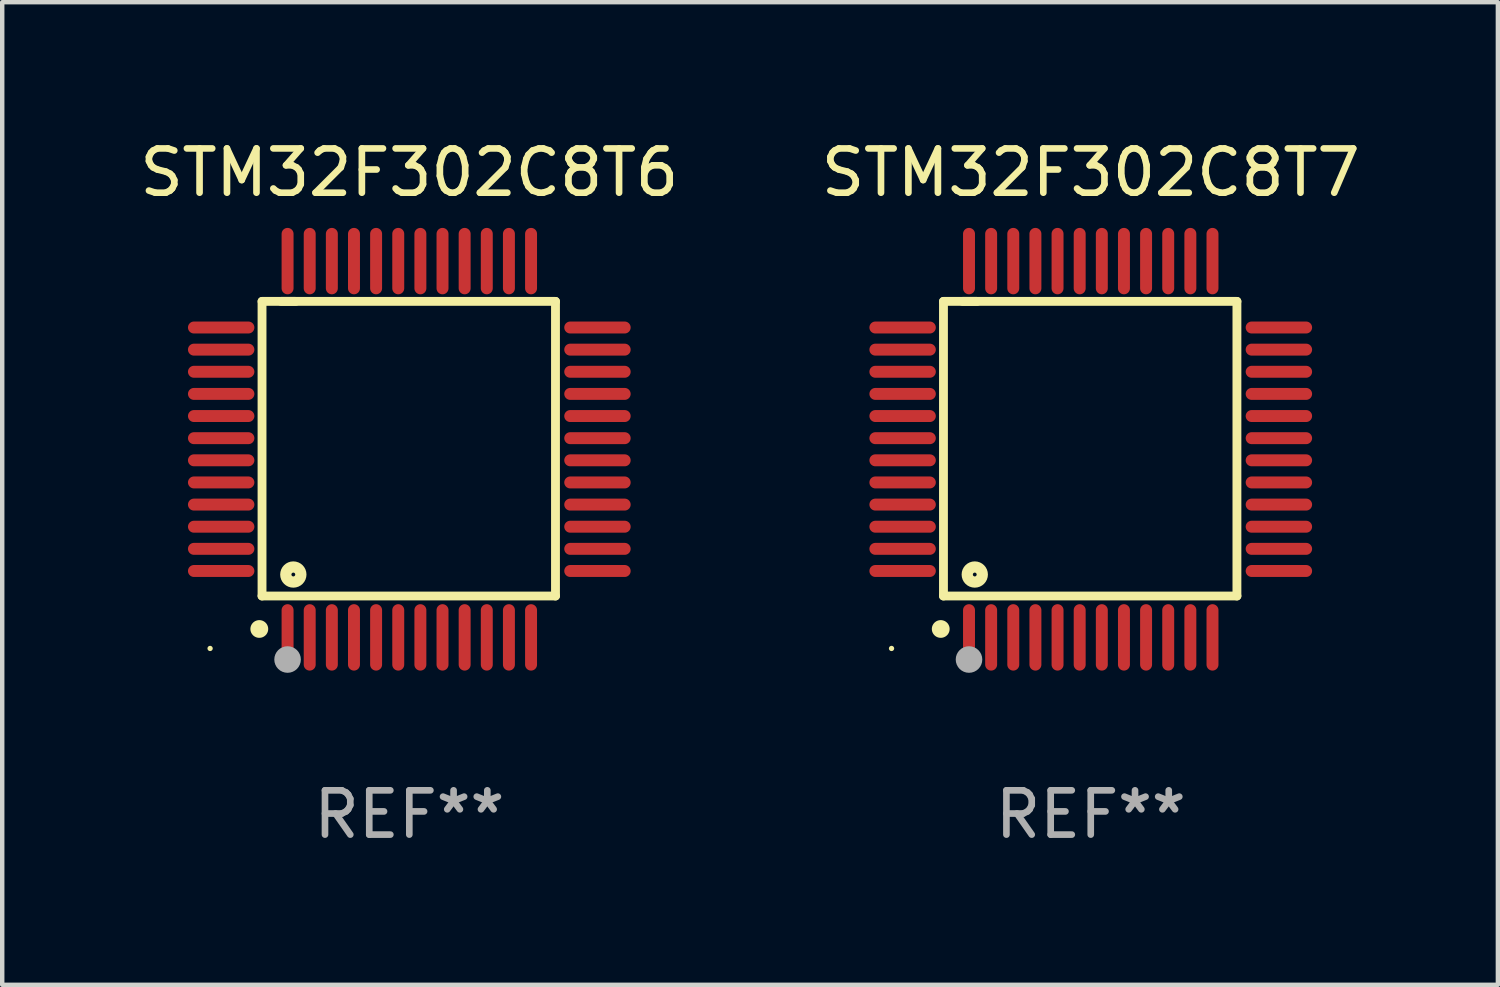
<source format=kicad_pcb>
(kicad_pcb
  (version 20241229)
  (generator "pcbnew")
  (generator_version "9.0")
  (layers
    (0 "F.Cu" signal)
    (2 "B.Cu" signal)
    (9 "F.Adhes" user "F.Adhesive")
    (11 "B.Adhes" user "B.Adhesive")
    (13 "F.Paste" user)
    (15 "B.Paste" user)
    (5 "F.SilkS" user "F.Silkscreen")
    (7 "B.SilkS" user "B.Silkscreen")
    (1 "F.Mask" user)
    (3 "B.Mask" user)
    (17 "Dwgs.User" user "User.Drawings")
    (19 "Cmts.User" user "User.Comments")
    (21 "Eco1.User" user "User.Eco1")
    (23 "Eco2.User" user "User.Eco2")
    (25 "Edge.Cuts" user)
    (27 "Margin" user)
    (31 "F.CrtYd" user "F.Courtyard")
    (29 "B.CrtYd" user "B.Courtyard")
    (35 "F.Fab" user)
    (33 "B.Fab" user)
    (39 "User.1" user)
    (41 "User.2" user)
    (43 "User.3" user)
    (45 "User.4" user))
  (footprint "STM32F302C8T6"
    (layer "F.Cu")
    (at 6.196 7.098)
    (property "Reference" "STM32F302C8T6" (at 0 -6.25 0) (layer "F.SilkS") (effects (font (size 1 1) (thickness 0.15))))
    (attr through_hole)
    (fp_line (start -3.327 -3.34) (end -2.565 -3.34) (stroke (width 0.2) (type solid)) (layer "F.SilkS"))
    (fp_line (start -3.327 3.315) (end -3.327 -3.34) (stroke (width 0.2) (type solid)) (layer "F.SilkS"))
    (fp_line (start -2.896 -3.34) (end 3.302 -3.34) (stroke (width 0.2) (type solid)) (layer "F.SilkS"))
    (fp_line (start 3.302 -3.34) (end 3.302 3.315) (stroke (width 0.2) (type solid)) (layer "F.SilkS"))
    (fp_line (start 3.302 3.315) (end -3.327 3.315) (stroke (width 0.2) (type solid)) (layer "F.SilkS"))
    (fp_arc (start -3.389992 4.059995) (mid -3.388722 4.059991) (end -3.387452 4.059995) (stroke (width 0.4) (type solid)) (layer "F.SilkS"))
    (fp_circle (center -4.5 4.5) (end -4.47 4.5) (stroke (width 0.06) (type solid)) (fill no) (layer "F.SilkS"))
    (fp_circle (center -2.62 2.83) (end -2.45 2.83) (stroke (width 0.254) (type solid)) (fill no) (layer "F.SilkS"))
    (fp_circle (center -2.75 4.75) (end -2.6 4.75) (stroke (width 0.3) (type solid)) (fill no) (layer "F.Fab"))
    (fp_text user "REF**" (at 0 8.25 0) (layer "F.Fab") (effects (font (size 1 1) (thickness 0.15))))
    (pad "1" smd oval (at -2.75 4.25) (size 0.27 1.5) (layers "F.Cu" "F.Mask" "F.Paste"))
    (pad "2" smd oval (at -2.25 4.25) (size 0.27 1.5) (layers "F.Cu" "F.Mask" "F.Paste"))
    (pad "3" smd oval (at -1.75 4.25) (size 0.27 1.5) (layers "F.Cu" "F.Mask" "F.Paste"))
    (pad "4" smd oval (at -1.25 4.25) (size 0.27 1.5) (layers "F.Cu" "F.Mask" "F.Paste"))
    (pad "5" smd oval (at -0.75 4.25) (size 0.27 1.5) (layers "F.Cu" "F.Mask" "F.Paste"))
    (pad "6" smd oval (at -0.25 4.25) (size 0.27 1.5) (layers "F.Cu" "F.Mask" "F.Paste"))
    (pad "7" smd oval (at 0.25 4.25) (size 0.27 1.5) (layers "F.Cu" "F.Mask" "F.Paste"))
    (pad "8" smd oval (at 0.75 4.25) (size 0.27 1.5) (layers "F.Cu" "F.Mask" "F.Paste"))
    (pad "9" smd oval (at 1.25 4.25) (size 0.27 1.5) (layers "F.Cu" "F.Mask" "F.Paste"))
    (pad "10" smd oval (at 1.75 4.25) (size 0.27 1.5) (layers "F.Cu" "F.Mask" "F.Paste"))
    (pad "11" smd oval (at 2.25 4.25) (size 0.27 1.5) (layers "F.Cu" "F.Mask" "F.Paste"))
    (pad "12" smd oval (at 2.75 4.25) (size 0.27 1.5) (layers "F.Cu" "F.Mask" "F.Paste"))
    (pad "13" smd oval (at 4.25 2.75) (size 1.5 0.27) (layers "F.Cu" "F.Mask" "F.Paste"))
    (pad "14" smd oval (at 4.25 2.25) (size 1.5 0.27) (layers "F.Cu" "F.Mask" "F.Paste"))
    (pad "15" smd oval (at 4.25 1.75) (size 1.5 0.27) (layers "F.Cu" "F.Mask" "F.Paste"))
    (pad "16" smd oval (at 4.25 1.25) (size 1.5 0.27) (layers "F.Cu" "F.Mask" "F.Paste"))
    (pad "17" smd oval (at 4.25 0.75) (size 1.5 0.27) (layers "F.Cu" "F.Mask" "F.Paste"))
    (pad "18" smd oval (at 4.25 0.25) (size 1.5 0.27) (layers "F.Cu" "F.Mask" "F.Paste"))
    (pad "19" smd oval (at 4.25 -0.25) (size 1.5 0.27) (layers "F.Cu" "F.Mask" "F.Paste"))
    (pad "20" smd oval (at 4.25 -0.75) (size 1.5 0.27) (layers "F.Cu" "F.Mask" "F.Paste"))
    (pad "21" smd oval (at 4.25 -1.25) (size 1.5 0.27) (layers "F.Cu" "F.Mask" "F.Paste"))
    (pad "22" smd oval (at 4.25 -1.75) (size 1.5 0.27) (layers "F.Cu" "F.Mask" "F.Paste"))
    (pad "23" smd oval (at 4.25 -2.25) (size 1.5 0.27) (layers "F.Cu" "F.Mask" "F.Paste"))
    (pad "24" smd oval (at 4.25 -2.75) (size 1.5 0.27) (layers "F.Cu" "F.Mask" "F.Paste"))
    (pad "25" smd oval (at 2.75 -4.25) (size 0.27 1.5) (layers "F.Cu" "F.Mask" "F.Paste"))
    (pad "26" smd oval (at 2.25 -4.25) (size 0.27 1.5) (layers "F.Cu" "F.Mask" "F.Paste"))
    (pad "27" smd oval (at 1.75 -4.25) (size 0.27 1.5) (layers "F.Cu" "F.Mask" "F.Paste"))
    (pad "28" smd oval (at 1.25 -4.25) (size 0.27 1.5) (layers "F.Cu" "F.Mask" "F.Paste"))
    (pad "29" smd oval (at 0.75 -4.25) (size 0.27 1.5) (layers "F.Cu" "F.Mask" "F.Paste"))
    (pad "30" smd oval (at 0.25 -4.25) (size 0.27 1.5) (layers "F.Cu" "F.Mask" "F.Paste"))
    (pad "31" smd oval (at -0.25 -4.25) (size 0.27 1.5) (layers "F.Cu" "F.Mask" "F.Paste"))
    (pad "32" smd oval (at -0.75 -4.25) (size 0.27 1.5) (layers "F.Cu" "F.Mask" "F.Paste"))
    (pad "33" smd oval (at -1.25 -4.25) (size 0.27 1.5) (layers "F.Cu" "F.Mask" "F.Paste"))
    (pad "34" smd oval (at -1.75 -4.25) (size 0.27 1.5) (layers "F.Cu" "F.Mask" "F.Paste"))
    (pad "35" smd oval (at -2.25 -4.25) (size 0.27 1.5) (layers "F.Cu" "F.Mask" "F.Paste"))
    (pad "36" smd oval (at -2.75 -4.25) (size 0.27 1.5) (layers "F.Cu" "F.Mask" "F.Paste"))
    (pad "37" smd oval (at -4.25 -2.75) (size 1.5 0.27) (layers "F.Cu" "F.Mask" "F.Paste"))
    (pad "38" smd oval (at -4.25 -2.25) (size 1.5 0.27) (layers "F.Cu" "F.Mask" "F.Paste"))
    (pad "39" smd oval (at -4.25 -1.75) (size 1.5 0.27) (layers "F.Cu" "F.Mask" "F.Paste"))
    (pad "40" smd oval (at -4.25 -1.25) (size 1.5 0.27) (layers "F.Cu" "F.Mask" "F.Paste"))
    (pad "41" smd oval (at -4.25 -0.75) (size 1.5 0.27) (layers "F.Cu" "F.Mask" "F.Paste"))
    (pad "42" smd oval (at -4.25 -0.25) (size 1.5 0.27) (layers "F.Cu" "F.Mask" "F.Paste"))
    (pad "43" smd oval (at -4.25 0.25) (size 1.5 0.27) (layers "F.Cu" "F.Mask" "F.Paste"))
    (pad "44" smd oval (at -4.25 0.75) (size 1.5 0.27) (layers "F.Cu" "F.Mask" "F.Paste"))
    (pad "45" smd oval (at -4.25 1.25) (size 1.5 0.27) (layers "F.Cu" "F.Mask" "F.Paste"))
    (pad "46" smd oval (at -4.25 1.75) (size 1.5 0.27) (layers "F.Cu" "F.Mask" "F.Paste"))
    (pad "47" smd oval (at -4.25 2.25) (size 1.5 0.27) (layers "F.Cu" "F.Mask" "F.Paste"))
    (pad "48" smd oval (at -4.25 2.75) (size 1.5 0.27) (layers "F.Cu" "F.Mask" "F.Paste")))
  (footprint "STM32F302C8T7"
    (layer "F.Cu")
    (at 21.589 7.098)
    (property "Reference" "STM32F302C8T7" (at 0 -6.25 0) (layer "F.SilkS") (effects (font (size 1 1) (thickness 0.15))))
    (attr through_hole)
    (fp_line (start -3.327 -3.34) (end -2.565 -3.34) (stroke (width 0.2) (type solid)) (layer "F.SilkS"))
    (fp_line (start -3.327 3.315) (end -3.327 -3.34) (stroke (width 0.2) (type solid)) (layer "F.SilkS"))
    (fp_line (start -2.896 -3.34) (end 3.302 -3.34) (stroke (width 0.2) (type solid)) (layer "F.SilkS"))
    (fp_line (start 3.302 -3.34) (end 3.302 3.315) (stroke (width 0.2) (type solid)) (layer "F.SilkS"))
    (fp_line (start 3.302 3.315) (end -3.327 3.315) (stroke (width 0.2) (type solid)) (layer "F.SilkS"))
    (fp_arc (start -3.389992 4.059995) (mid -3.388722 4.059991) (end -3.387452 4.059995) (stroke (width 0.4) (type solid)) (layer "F.SilkS"))
    (fp_circle (center -4.5 4.5) (end -4.47 4.5) (stroke (width 0.06) (type solid)) (fill no) (layer "F.SilkS"))
    (fp_circle (center -2.62 2.83) (end -2.45 2.83) (stroke (width 0.254) (type solid)) (fill no) (layer "F.SilkS"))
    (fp_circle (center -2.75 4.75) (end -2.6 4.75) (stroke (width 0.3) (type solid)) (fill no) (layer "F.Fab"))
    (fp_text user "REF**" (at 0 8.25 0) (layer "F.Fab") (effects (font (size 1 1) (thickness 0.15))))
    (pad "1" smd oval (at -2.75 4.25) (size 0.27 1.5) (layers "F.Cu" "F.Mask" "F.Paste"))
    (pad "2" smd oval (at -2.25 4.25) (size 0.27 1.5) (layers "F.Cu" "F.Mask" "F.Paste"))
    (pad "3" smd oval (at -1.75 4.25) (size 0.27 1.5) (layers "F.Cu" "F.Mask" "F.Paste"))
    (pad "4" smd oval (at -1.25 4.25) (size 0.27 1.5) (layers "F.Cu" "F.Mask" "F.Paste"))
    (pad "5" smd oval (at -0.75 4.25) (size 0.27 1.5) (layers "F.Cu" "F.Mask" "F.Paste"))
    (pad "6" smd oval (at -0.25 4.25) (size 0.27 1.5) (layers "F.Cu" "F.Mask" "F.Paste"))
    (pad "7" smd oval (at 0.25 4.25) (size 0.27 1.5) (layers "F.Cu" "F.Mask" "F.Paste"))
    (pad "8" smd oval (at 0.75 4.25) (size 0.27 1.5) (layers "F.Cu" "F.Mask" "F.Paste"))
    (pad "9" smd oval (at 1.25 4.25) (size 0.27 1.5) (layers "F.Cu" "F.Mask" "F.Paste"))
    (pad "10" smd oval (at 1.75 4.25) (size 0.27 1.5) (layers "F.Cu" "F.Mask" "F.Paste"))
    (pad "11" smd oval (at 2.25 4.25) (size 0.27 1.5) (layers "F.Cu" "F.Mask" "F.Paste"))
    (pad "12" smd oval (at 2.75 4.25) (size 0.27 1.5) (layers "F.Cu" "F.Mask" "F.Paste"))
    (pad "13" smd oval (at 4.25 2.75) (size 1.5 0.27) (layers "F.Cu" "F.Mask" "F.Paste"))
    (pad "14" smd oval (at 4.25 2.25) (size 1.5 0.27) (layers "F.Cu" "F.Mask" "F.Paste"))
    (pad "15" smd oval (at 4.25 1.75) (size 1.5 0.27) (layers "F.Cu" "F.Mask" "F.Paste"))
    (pad "16" smd oval (at 4.25 1.25) (size 1.5 0.27) (layers "F.Cu" "F.Mask" "F.Paste"))
    (pad "17" smd oval (at 4.25 0.75) (size 1.5 0.27) (layers "F.Cu" "F.Mask" "F.Paste"))
    (pad "18" smd oval (at 4.25 0.25) (size 1.5 0.27) (layers "F.Cu" "F.Mask" "F.Paste"))
    (pad "19" smd oval (at 4.25 -0.25) (size 1.5 0.27) (layers "F.Cu" "F.Mask" "F.Paste"))
    (pad "20" smd oval (at 4.25 -0.75) (size 1.5 0.27) (layers "F.Cu" "F.Mask" "F.Paste"))
    (pad "21" smd oval (at 4.25 -1.25) (size 1.5 0.27) (layers "F.Cu" "F.Mask" "F.Paste"))
    (pad "22" smd oval (at 4.25 -1.75) (size 1.5 0.27) (layers "F.Cu" "F.Mask" "F.Paste"))
    (pad "23" smd oval (at 4.25 -2.25) (size 1.5 0.27) (layers "F.Cu" "F.Mask" "F.Paste"))
    (pad "24" smd oval (at 4.25 -2.75) (size 1.5 0.27) (layers "F.Cu" "F.Mask" "F.Paste"))
    (pad "25" smd oval (at 2.75 -4.25) (size 0.27 1.5) (layers "F.Cu" "F.Mask" "F.Paste"))
    (pad "26" smd oval (at 2.25 -4.25) (size 0.27 1.5) (layers "F.Cu" "F.Mask" "F.Paste"))
    (pad "27" smd oval (at 1.75 -4.25) (size 0.27 1.5) (layers "F.Cu" "F.Mask" "F.Paste"))
    (pad "28" smd oval (at 1.25 -4.25) (size 0.27 1.5) (layers "F.Cu" "F.Mask" "F.Paste"))
    (pad "29" smd oval (at 0.75 -4.25) (size 0.27 1.5) (layers "F.Cu" "F.Mask" "F.Paste"))
    (pad "30" smd oval (at 0.25 -4.25) (size 0.27 1.5) (layers "F.Cu" "F.Mask" "F.Paste"))
    (pad "31" smd oval (at -0.25 -4.25) (size 0.27 1.5) (layers "F.Cu" "F.Mask" "F.Paste"))
    (pad "32" smd oval (at -0.75 -4.25) (size 0.27 1.5) (layers "F.Cu" "F.Mask" "F.Paste"))
    (pad "33" smd oval (at -1.25 -4.25) (size 0.27 1.5) (layers "F.Cu" "F.Mask" "F.Paste"))
    (pad "34" smd oval (at -1.75 -4.25) (size 0.27 1.5) (layers "F.Cu" "F.Mask" "F.Paste"))
    (pad "35" smd oval (at -2.25 -4.25) (size 0.27 1.5) (layers "F.Cu" "F.Mask" "F.Paste"))
    (pad "36" smd oval (at -2.75 -4.25) (size 0.27 1.5) (layers "F.Cu" "F.Mask" "F.Paste"))
    (pad "37" smd oval (at -4.25 -2.75) (size 1.5 0.27) (layers "F.Cu" "F.Mask" "F.Paste"))
    (pad "38" smd oval (at -4.25 -2.25) (size 1.5 0.27) (layers "F.Cu" "F.Mask" "F.Paste"))
    (pad "39" smd oval (at -4.25 -1.75) (size 1.5 0.27) (layers "F.Cu" "F.Mask" "F.Paste"))
    (pad "40" smd oval (at -4.25 -1.25) (size 1.5 0.27) (layers "F.Cu" "F.Mask" "F.Paste"))
    (pad "41" smd oval (at -4.25 -0.75) (size 1.5 0.27) (layers "F.Cu" "F.Mask" "F.Paste"))
    (pad "42" smd oval (at -4.25 -0.25) (size 1.5 0.27) (layers "F.Cu" "F.Mask" "F.Paste"))
    (pad "43" smd oval (at -4.25 0.25) (size 1.5 0.27) (layers "F.Cu" "F.Mask" "F.Paste"))
    (pad "44" smd oval (at -4.25 0.75) (size 1.5 0.27) (layers "F.Cu" "F.Mask" "F.Paste"))
    (pad "45" smd oval (at -4.25 1.25) (size 1.5 0.27) (layers "F.Cu" "F.Mask" "F.Paste"))
    (pad "46" smd oval (at -4.25 1.75) (size 1.5 0.27) (layers "F.Cu" "F.Mask" "F.Paste"))
    (pad "47" smd oval (at -4.25 2.25) (size 1.5 0.27) (layers "F.Cu" "F.Mask" "F.Paste"))
    (pad "48" smd oval (at -4.25 2.75) (size 1.5 0.27) (layers "F.Cu" "F.Mask" "F.Paste")))
  (gr_rect
    (start -3 -3)
    (end 30.786 19.196)
    (stroke (width 0.1) (type default))
    (fill no)
    (layer "Edge.Cuts")))
</source>
